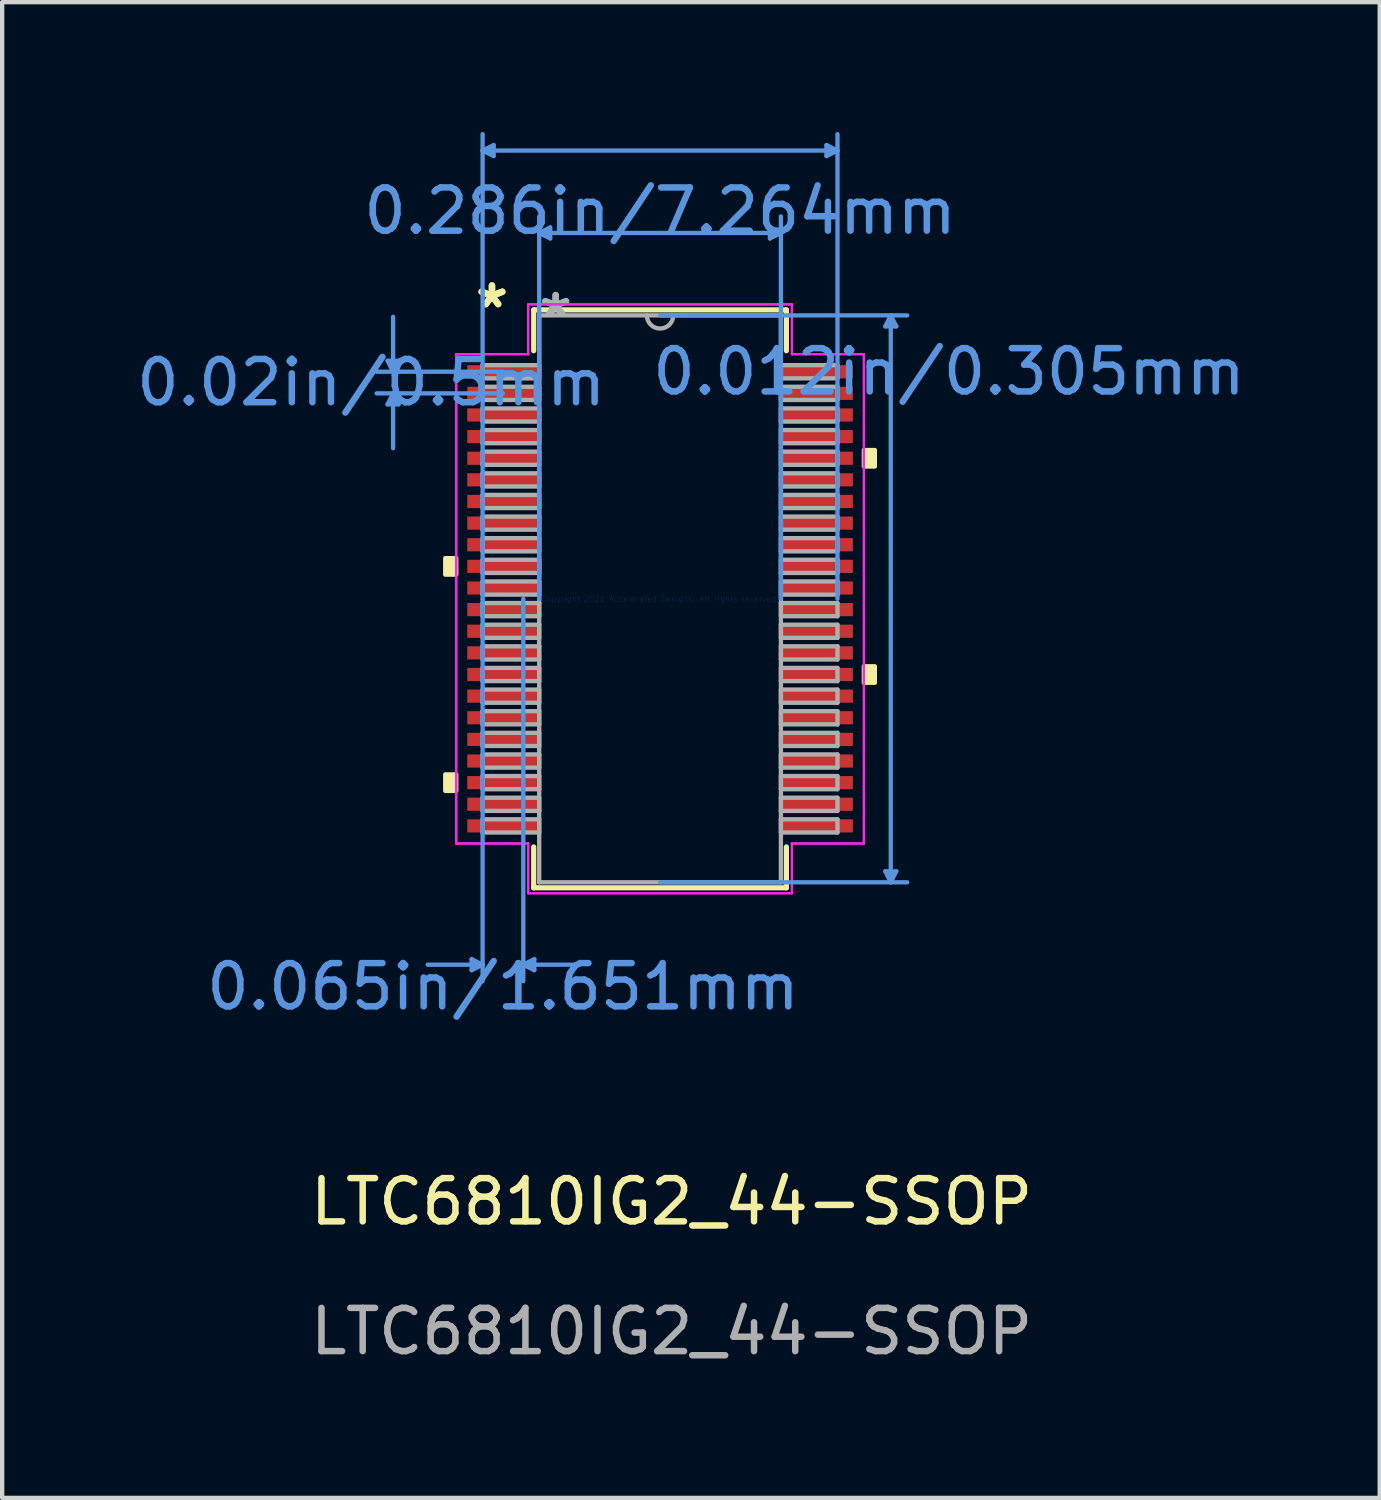
<source format=kicad_pcb>
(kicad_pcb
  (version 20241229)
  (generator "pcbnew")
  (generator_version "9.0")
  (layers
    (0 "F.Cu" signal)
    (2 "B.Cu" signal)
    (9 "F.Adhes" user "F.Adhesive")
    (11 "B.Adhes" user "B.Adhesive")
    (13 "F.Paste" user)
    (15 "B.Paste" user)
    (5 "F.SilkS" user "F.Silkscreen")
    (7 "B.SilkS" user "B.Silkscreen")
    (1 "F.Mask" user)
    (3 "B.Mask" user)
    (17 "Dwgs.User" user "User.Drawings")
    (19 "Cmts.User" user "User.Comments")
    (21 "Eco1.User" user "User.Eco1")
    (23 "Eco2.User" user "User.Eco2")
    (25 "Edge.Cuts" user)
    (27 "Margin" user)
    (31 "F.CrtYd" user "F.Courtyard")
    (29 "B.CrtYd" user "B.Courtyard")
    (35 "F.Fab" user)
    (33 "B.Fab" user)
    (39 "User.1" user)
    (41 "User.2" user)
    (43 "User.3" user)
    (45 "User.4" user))
  (footprint "LTC6810IG2_44-SSOP"
    (layer "F.Cu")
    (at 12.518 10.392)
    (property "Reference" "LTC6810IG2_44-SSOP" (at -0.04 14.34 0) (unlocked yes) (layer "F.SilkS") (effects (font (size 1 1) (thickness 0.15))))
    (attr smd)
    (fp_line (start -3.229 -6.278) (end -3.229 -5.333) (stroke (width 0.12) (type solid)) (layer "F.SilkS"))
    (fp_line (start -3.229 6.138) (end -3.229 7.083) (stroke (width 0.12) (type solid)) (layer "F.SilkS"))
    (fp_line (start -3.229 7.083) (end 2.613 7.083) (stroke (width 0.12) (type solid)) (layer "F.SilkS"))
    (fp_line (start 2.613 -6.278) (end -3.229 -6.278) (stroke (width 0.12) (type solid)) (layer "F.SilkS"))
    (fp_line (start 2.613 -5.333) (end 2.613 -6.278) (stroke (width 0.12) (type solid)) (layer "F.SilkS"))
    (fp_line (start 2.613 7.083) (end 2.613 6.138) (stroke (width 0.12) (type solid)) (layer "F.SilkS"))
    (fp_poly (pts (xy -5.274 -0.538) (xy -5.274 -0.157) (xy -5.02 -0.157) (xy -5.02 -0.538)) (stroke (width 0.1) (type solid)) (fill yes) (layer "F.SilkS"))
    (fp_poly (pts (xy -5.274 4.462) (xy -5.274 4.843) (xy -5.02 4.843) (xy -5.02 4.462)) (stroke (width 0.1) (type solid)) (fill yes) (layer "F.SilkS"))
    (fp_poly (pts (xy 4.658 -3.038) (xy 4.658 -2.657) (xy 4.404 -2.657) (xy 4.404 -3.038)) (stroke (width 0.1) (type solid)) (fill yes) (layer "F.SilkS"))
    (fp_poly (pts (xy 4.658 1.962) (xy 4.658 2.343) (xy 4.404 2.343) (xy 4.404 1.962)) (stroke (width 0.1) (type solid)) (fill yes) (layer "F.SilkS"))
    (fp_line (start -6.607 -5.102) (end -6.353 -5.102) (stroke (width 0.1) (type solid)) (layer "Cmts.User"))
    (fp_line (start -6.607 -4.094) (end -6.353 -4.094) (stroke (width 0.1) (type solid)) (layer "Cmts.User"))
    (fp_line (start -6.48 -4.848) (end -6.607 -5.102) (stroke (width 0.1) (type solid)) (layer "Cmts.User"))
    (fp_line (start -6.48 -4.848) (end -6.48 -6.118) (stroke (width 0.1) (type solid)) (layer "Cmts.User"))
    (fp_line (start -6.48 -4.848) (end -6.353 -5.102) (stroke (width 0.1) (type solid)) (layer "Cmts.User"))
    (fp_line (start -6.48 -4.348) (end -6.607 -4.094) (stroke (width 0.1) (type solid)) (layer "Cmts.User"))
    (fp_line (start -6.48 -4.348) (end -6.48 -3.078) (stroke (width 0.1) (type solid)) (layer "Cmts.User"))
    (fp_line (start -6.48 -4.348) (end -6.353 -4.094) (stroke (width 0.1) (type solid)) (layer "Cmts.User"))
    (fp_line (start -4.664 8.734) (end -4.664 8.988) (stroke (width 0.1) (type solid)) (layer "Cmts.User"))
    (fp_line (start -4.41 -9.961) (end -4.156 -10.088) (stroke (width 0.1) (type solid)) (layer "Cmts.User"))
    (fp_line (start -4.41 -9.961) (end -4.156 -9.834) (stroke (width 0.1) (type solid)) (layer "Cmts.User"))
    (fp_line (start -4.41 -9.961) (end 3.794 -9.961) (stroke (width 0.1) (type solid)) (layer "Cmts.User"))
    (fp_line (start -4.41 0.402) (end -4.41 -10.342) (stroke (width 0.1) (type solid)) (layer "Cmts.User"))
    (fp_line (start -4.41 0.402) (end -4.41 9.242) (stroke (width 0.1) (type solid)) (layer "Cmts.User"))
    (fp_line (start -4.41 8.861) (end -5.68 8.861) (stroke (width 0.1) (type solid)) (layer "Cmts.User"))
    (fp_line (start -4.41 8.861) (end -4.664 8.734) (stroke (width 0.1) (type solid)) (layer "Cmts.User"))
    (fp_line (start -4.41 8.861) (end -4.664 8.988) (stroke (width 0.1) (type solid)) (layer "Cmts.User"))
    (fp_line (start -4.156 -10.088) (end -4.156 -9.834) (stroke (width 0.1) (type solid)) (layer "Cmts.User"))
    (fp_line (start -3.94 -4.848) (end -6.861 -4.848) (stroke (width 0.1) (type solid)) (layer "Cmts.User"))
    (fp_line (start -3.94 -4.348) (end -6.861 -4.348) (stroke (width 0.1) (type solid)) (layer "Cmts.User"))
    (fp_line (start -3.47 0.402) (end -3.47 9.242) (stroke (width 0.1) (type solid)) (layer "Cmts.User"))
    (fp_line (start -3.47 8.861) (end -3.216 8.734) (stroke (width 0.1) (type solid)) (layer "Cmts.User"))
    (fp_line (start -3.47 8.861) (end -3.216 8.988) (stroke (width 0.1) (type solid)) (layer "Cmts.User"))
    (fp_line (start -3.47 8.861) (end -2.2 8.861) (stroke (width 0.1) (type solid)) (layer "Cmts.User"))
    (fp_line (start -3.216 8.734) (end -3.216 8.988) (stroke (width 0.1) (type solid)) (layer "Cmts.User"))
    (fp_line (start -3.102 -8.056) (end -2.848 -8.183) (stroke (width 0.1) (type solid)) (layer "Cmts.User"))
    (fp_line (start -3.102 -8.056) (end -2.848 -7.929) (stroke (width 0.1) (type solid)) (layer "Cmts.User"))
    (fp_line (start -3.102 -8.056) (end 2.486 -8.056) (stroke (width 0.1) (type solid)) (layer "Cmts.User"))
    (fp_line (start -3.102 0.402) (end -3.102 -8.437) (stroke (width 0.1) (type solid)) (layer "Cmts.User"))
    (fp_line (start -2.848 -8.183) (end -2.848 -7.929) (stroke (width 0.1) (type solid)) (layer "Cmts.User"))
    (fp_line (start -0.308 -6.151) (end 5.407 -6.151) (stroke (width 0.1) (type solid)) (layer "Cmts.User"))
    (fp_line (start -0.308 6.956) (end 5.407 6.956) (stroke (width 0.1) (type solid)) (layer "Cmts.User"))
    (fp_line (start 2.232 -8.183) (end 2.232 -7.929) (stroke (width 0.1) (type solid)) (layer "Cmts.User"))
    (fp_line (start 2.486 -8.056) (end 2.232 -8.183) (stroke (width 0.1) (type solid)) (layer "Cmts.User"))
    (fp_line (start 2.486 -8.056) (end 2.232 -7.929) (stroke (width 0.1) (type solid)) (layer "Cmts.User"))
    (fp_line (start 2.486 0.402) (end 2.486 -8.437) (stroke (width 0.1) (type solid)) (layer "Cmts.User"))
    (fp_line (start 3.54 -10.088) (end 3.54 -9.834) (stroke (width 0.1) (type solid)) (layer "Cmts.User"))
    (fp_line (start 3.794 -9.961) (end 3.54 -10.088) (stroke (width 0.1) (type solid)) (layer "Cmts.User"))
    (fp_line (start 3.794 -9.961) (end 3.54 -9.834) (stroke (width 0.1) (type solid)) (layer "Cmts.User"))
    (fp_line (start 3.794 0.402) (end 3.794 -10.342) (stroke (width 0.1) (type solid)) (layer "Cmts.User"))
    (fp_line (start 4.899 -5.897) (end 5.153 -5.897) (stroke (width 0.1) (type solid)) (layer "Cmts.User"))
    (fp_line (start 4.899 6.702) (end 5.153 6.702) (stroke (width 0.1) (type solid)) (layer "Cmts.User"))
    (fp_line (start 5.026 -6.151) (end 4.899 -5.897) (stroke (width 0.1) (type solid)) (layer "Cmts.User"))
    (fp_line (start 5.026 -6.151) (end 5.026 6.956) (stroke (width 0.1) (type solid)) (layer "Cmts.User"))
    (fp_line (start 5.026 -6.151) (end 5.153 -5.897) (stroke (width 0.1) (type solid)) (layer "Cmts.User"))
    (fp_line (start 5.026 6.956) (end 4.899 6.702) (stroke (width 0.1) (type solid)) (layer "Cmts.User"))
    (fp_line (start 5.026 6.956) (end 5.153 6.702) (stroke (width 0.1) (type solid)) (layer "Cmts.User"))
    (fp_line (start -5.02 -5.254) (end -3.356 -5.254) (stroke (width 0.05) (type solid)) (layer "F.CrtYd"))
    (fp_line (start -5.02 -5.254) (end -3.356 -5.254) (stroke (width 0.05) (type solid)) (layer "F.CrtYd"))
    (fp_line (start -5.02 6.059) (end -5.02 -5.254) (stroke (width 0.05) (type solid)) (layer "F.CrtYd"))
    (fp_line (start -5.02 6.059) (end -5.02 -5.254) (stroke (width 0.05) (type solid)) (layer "F.CrtYd"))
    (fp_line (start -5.02 6.059) (end -3.356 6.059) (stroke (width 0.05) (type solid)) (layer "F.CrtYd"))
    (fp_line (start -3.356 -6.405) (end 2.74 -6.405) (stroke (width 0.05) (type solid)) (layer "F.CrtYd"))
    (fp_line (start -3.356 -6.405) (end 2.74 -6.405) (stroke (width 0.05) (type solid)) (layer "F.CrtYd"))
    (fp_line (start -3.356 -5.254) (end -3.356 -6.405) (stroke (width 0.05) (type solid)) (layer "F.CrtYd"))
    (fp_line (start -3.356 -5.254) (end -3.356 -6.405) (stroke (width 0.05) (type solid)) (layer "F.CrtYd"))
    (fp_line (start -3.356 6.059) (end -5.02 6.059) (stroke (width 0.05) (type solid)) (layer "F.CrtYd"))
    (fp_line (start -3.356 7.21) (end -3.356 6.059) (stroke (width 0.05) (type solid)) (layer "F.CrtYd"))
    (fp_line (start -3.356 7.21) (end -3.356 6.059) (stroke (width 0.05) (type solid)) (layer "F.CrtYd"))
    (fp_line (start 2.74 -6.405) (end 2.74 -5.254) (stroke (width 0.05) (type solid)) (layer "F.CrtYd"))
    (fp_line (start 2.74 -6.405) (end 2.74 -5.254) (stroke (width 0.05) (type solid)) (layer "F.CrtYd"))
    (fp_line (start 2.74 -5.254) (end 4.404 -5.254) (stroke (width 0.05) (type solid)) (layer "F.CrtYd"))
    (fp_line (start 2.74 6.059) (end 2.74 7.21) (stroke (width 0.05) (type solid)) (layer "F.CrtYd"))
    (fp_line (start 2.74 6.059) (end 2.74 7.21) (stroke (width 0.05) (type solid)) (layer "F.CrtYd"))
    (fp_line (start 2.74 7.21) (end -3.356 7.21) (stroke (width 0.05) (type solid)) (layer "F.CrtYd"))
    (fp_line (start 2.74 7.21) (end -3.356 7.21) (stroke (width 0.05) (type solid)) (layer "F.CrtYd"))
    (fp_line (start 4.404 -5.254) (end 2.74 -5.254) (stroke (width 0.05) (type solid)) (layer "F.CrtYd"))
    (fp_line (start 4.404 -5.254) (end 4.404 6.059) (stroke (width 0.05) (type solid)) (layer "F.CrtYd"))
    (fp_line (start 4.404 -5.254) (end 4.404 6.059) (stroke (width 0.05) (type solid)) (layer "F.CrtYd"))
    (fp_line (start 4.404 6.059) (end 2.74 6.059) (stroke (width 0.05) (type solid)) (layer "F.CrtYd"))
    (fp_line (start 4.404 6.059) (end 2.74 6.059) (stroke (width 0.05) (type solid)) (layer "F.CrtYd"))
    (fp_line (start -4.41 -5) (end -4.41 -4.695) (stroke (width 0.1) (type solid)) (layer "F.Fab"))
    (fp_line (start -4.41 -4.695) (end -3.102 -4.695) (stroke (width 0.1) (type solid)) (layer "F.Fab"))
    (fp_line (start -4.41 -4.5) (end -4.41 -4.195) (stroke (width 0.1) (type solid)) (layer "F.Fab"))
    (fp_line (start -4.41 -4.195) (end -3.102 -4.195) (stroke (width 0.1) (type solid)) (layer "F.Fab"))
    (fp_line (start -4.41 -4) (end -4.41 -3.695) (stroke (width 0.1) (type solid)) (layer "F.Fab"))
    (fp_line (start -4.41 -3.695) (end -3.102 -3.695) (stroke (width 0.1) (type solid)) (layer "F.Fab"))
    (fp_line (start -4.41 -3.5) (end -4.41 -3.195) (stroke (width 0.1) (type solid)) (layer "F.Fab"))
    (fp_line (start -4.41 -3.195) (end -3.102 -3.195) (stroke (width 0.1) (type solid)) (layer "F.Fab"))
    (fp_line (start -4.41 -3) (end -4.41 -2.695) (stroke (width 0.1) (type solid)) (layer "F.Fab"))
    (fp_line (start -4.41 -2.695) (end -3.102 -2.695) (stroke (width 0.1) (type solid)) (layer "F.Fab"))
    (fp_line (start -4.41 -2.5) (end -4.41 -2.195) (stroke (width 0.1) (type solid)) (layer "F.Fab"))
    (fp_line (start -4.41 -2.195) (end -3.102 -2.195) (stroke (width 0.1) (type solid)) (layer "F.Fab"))
    (fp_line (start -4.41 -2) (end -4.41 -1.695) (stroke (width 0.1) (type solid)) (layer "F.Fab"))
    (fp_line (start -4.41 -1.695) (end -3.102 -1.695) (stroke (width 0.1) (type solid)) (layer "F.Fab"))
    (fp_line (start -4.41 -1.5) (end -4.41 -1.195) (stroke (width 0.1) (type solid)) (layer "F.Fab"))
    (fp_line (start -4.41 -1.195) (end -3.102 -1.195) (stroke (width 0.1) (type solid)) (layer "F.Fab"))
    (fp_line (start -4.41 -1) (end -4.41 -0.695) (stroke (width 0.1) (type solid)) (layer "F.Fab"))
    (fp_line (start -4.41 -0.695) (end -3.102 -0.695) (stroke (width 0.1) (type solid)) (layer "F.Fab"))
    (fp_line (start -4.41 -0.5) (end -4.41 -0.195) (stroke (width 0.1) (type solid)) (layer "F.Fab"))
    (fp_line (start -4.41 -0.195) (end -3.102 -0.195) (stroke (width 0.1) (type solid)) (layer "F.Fab"))
    (fp_line (start -4.41 0) (end -4.41 0.305) (stroke (width 0.1) (type solid)) (layer "F.Fab"))
    (fp_line (start -4.41 0.305) (end -3.102 0.305) (stroke (width 0.1) (type solid)) (layer "F.Fab"))
    (fp_line (start -4.41 0.5) (end -4.41 0.805) (stroke (width 0.1) (type solid)) (layer "F.Fab"))
    (fp_line (start -4.41 0.805) (end -3.102 0.805) (stroke (width 0.1) (type solid)) (layer "F.Fab"))
    (fp_line (start -4.41 1) (end -4.41 1.305) (stroke (width 0.1) (type solid)) (layer "F.Fab"))
    (fp_line (start -4.41 1.305) (end -3.102 1.305) (stroke (width 0.1) (type solid)) (layer "F.Fab"))
    (fp_line (start -4.41 1.5) (end -4.41 1.805) (stroke (width 0.1) (type solid)) (layer "F.Fab"))
    (fp_line (start -4.41 1.805) (end -3.102 1.805) (stroke (width 0.1) (type solid)) (layer "F.Fab"))
    (fp_line (start -4.41 2) (end -4.41 2.305) (stroke (width 0.1) (type solid)) (layer "F.Fab"))
    (fp_line (start -4.41 2.305) (end -3.102 2.305) (stroke (width 0.1) (type solid)) (layer "F.Fab"))
    (fp_line (start -4.41 2.5) (end -4.41 2.805) (stroke (width 0.1) (type solid)) (layer "F.Fab"))
    (fp_line (start -4.41 2.805) (end -3.102 2.805) (stroke (width 0.1) (type solid)) (layer "F.Fab"))
    (fp_line (start -4.41 3) (end -4.41 3.305) (stroke (width 0.1) (type solid)) (layer "F.Fab"))
    (fp_line (start -4.41 3.305) (end -3.102 3.305) (stroke (width 0.1) (type solid)) (layer "F.Fab"))
    (fp_line (start -4.41 3.5) (end -4.41 3.805) (stroke (width 0.1) (type solid)) (layer "F.Fab"))
    (fp_line (start -4.41 3.805) (end -3.102 3.805) (stroke (width 0.1) (type solid)) (layer "F.Fab"))
    (fp_line (start -4.41 4) (end -4.41 4.305) (stroke (width 0.1) (type solid)) (layer "F.Fab"))
    (fp_line (start -4.41 4.305) (end -3.102 4.305) (stroke (width 0.1) (type solid)) (layer "F.Fab"))
    (fp_line (start -4.41 4.5) (end -4.41 4.805) (stroke (width 0.1) (type solid)) (layer "F.Fab"))
    (fp_line (start -4.41 4.805) (end -3.102 4.805) (stroke (width 0.1) (type solid)) (layer "F.Fab"))
    (fp_line (start -4.41 5) (end -4.41 5.305) (stroke (width 0.1) (type solid)) (layer "F.Fab"))
    (fp_line (start -4.41 5.305) (end -3.102 5.305) (stroke (width 0.1) (type solid)) (layer "F.Fab"))
    (fp_line (start -4.41 5.5) (end -4.41 5.805) (stroke (width 0.1) (type solid)) (layer "F.Fab"))
    (fp_line (start -4.41 5.805) (end -3.102 5.805) (stroke (width 0.1) (type solid)) (layer "F.Fab"))
    (fp_line (start -3.102 -6.151) (end -3.102 6.956) (stroke (width 0.1) (type solid)) (layer "F.Fab"))
    (fp_line (start -3.102 -5) (end -4.41 -5) (stroke (width 0.1) (type solid)) (layer "F.Fab"))
    (fp_line (start -3.102 -4.695) (end -3.102 -5) (stroke (width 0.1) (type solid)) (layer "F.Fab"))
    (fp_line (start -3.102 -4.5) (end -4.41 -4.5) (stroke (width 0.1) (type solid)) (layer "F.Fab"))
    (fp_line (start -3.102 -4.195) (end -3.102 -4.5) (stroke (width 0.1) (type solid)) (layer "F.Fab"))
    (fp_line (start -3.102 -4) (end -4.41 -4) (stroke (width 0.1) (type solid)) (layer "F.Fab"))
    (fp_line (start -3.102 -3.695) (end -3.102 -4) (stroke (width 0.1) (type solid)) (layer "F.Fab"))
    (fp_line (start -3.102 -3.5) (end -4.41 -3.5) (stroke (width 0.1) (type solid)) (layer "F.Fab"))
    (fp_line (start -3.102 -3.195) (end -3.102 -3.5) (stroke (width 0.1) (type solid)) (layer "F.Fab"))
    (fp_line (start -3.102 -3) (end -4.41 -3) (stroke (width 0.1) (type solid)) (layer "F.Fab"))
    (fp_line (start -3.102 -2.695) (end -3.102 -3) (stroke (width 0.1) (type solid)) (layer "F.Fab"))
    (fp_line (start -3.102 -2.5) (end -4.41 -2.5) (stroke (width 0.1) (type solid)) (layer "F.Fab"))
    (fp_line (start -3.102 -2.195) (end -3.102 -2.5) (stroke (width 0.1) (type solid)) (layer "F.Fab"))
    (fp_line (start -3.102 -2) (end -4.41 -2) (stroke (width 0.1) (type solid)) (layer "F.Fab"))
    (fp_line (start -3.102 -1.695) (end -3.102 -2) (stroke (width 0.1) (type solid)) (layer "F.Fab"))
    (fp_line (start -3.102 -1.5) (end -4.41 -1.5) (stroke (width 0.1) (type solid)) (layer "F.Fab"))
    (fp_line (start -3.102 -1.195) (end -3.102 -1.5) (stroke (width 0.1) (type solid)) (layer "F.Fab"))
    (fp_line (start -3.102 -1) (end -4.41 -1) (stroke (width 0.1) (type solid)) (layer "F.Fab"))
    (fp_line (start -3.102 -0.695) (end -3.102 -1) (stroke (width 0.1) (type solid)) (layer "F.Fab"))
    (fp_line (start -3.102 -0.5) (end -4.41 -0.5) (stroke (width 0.1) (type solid)) (layer "F.Fab"))
    (fp_line (start -3.102 -0.195) (end -3.102 -0.5) (stroke (width 0.1) (type solid)) (layer "F.Fab"))
    (fp_line (start -3.102 0) (end -4.41 0) (stroke (width 0.1) (type solid)) (layer "F.Fab"))
    (fp_line (start -3.102 0.305) (end -3.102 0) (stroke (width 0.1) (type solid)) (layer "F.Fab"))
    (fp_line (start -3.102 0.5) (end -4.41 0.5) (stroke (width 0.1) (type solid)) (layer "F.Fab"))
    (fp_line (start -3.102 0.805) (end -3.102 0.5) (stroke (width 0.1) (type solid)) (layer "F.Fab"))
    (fp_line (start -3.102 1) (end -4.41 1) (stroke (width 0.1) (type solid)) (layer "F.Fab"))
    (fp_line (start -3.102 1.305) (end -3.102 1) (stroke (width 0.1) (type solid)) (layer "F.Fab"))
    (fp_line (start -3.102 1.5) (end -4.41 1.5) (stroke (width 0.1) (type solid)) (layer "F.Fab"))
    (fp_line (start -3.102 1.805) (end -3.102 1.5) (stroke (width 0.1) (type solid)) (layer "F.Fab"))
    (fp_line (start -3.102 2) (end -4.41 2) (stroke (width 0.1) (type solid)) (layer "F.Fab"))
    (fp_line (start -3.102 2.305) (end -3.102 2) (stroke (width 0.1) (type solid)) (layer "F.Fab"))
    (fp_line (start -3.102 2.5) (end -4.41 2.5) (stroke (width 0.1) (type solid)) (layer "F.Fab"))
    (fp_line (start -3.102 2.805) (end -3.102 2.5) (stroke (width 0.1) (type solid)) (layer "F.Fab"))
    (fp_line (start -3.102 3) (end -4.41 3) (stroke (width 0.1) (type solid)) (layer "F.Fab"))
    (fp_line (start -3.102 3.305) (end -3.102 3) (stroke (width 0.1) (type solid)) (layer "F.Fab"))
    (fp_line (start -3.102 3.5) (end -4.41 3.5) (stroke (width 0.1) (type solid)) (layer "F.Fab"))
    (fp_line (start -3.102 3.805) (end -3.102 3.5) (stroke (width 0.1) (type solid)) (layer "F.Fab"))
    (fp_line (start -3.102 4) (end -4.41 4) (stroke (width 0.1) (type solid)) (layer "F.Fab"))
    (fp_line (start -3.102 4.305) (end -3.102 4) (stroke (width 0.1) (type solid)) (layer "F.Fab"))
    (fp_line (start -3.102 4.5) (end -4.41 4.5) (stroke (width 0.1) (type solid)) (layer "F.Fab"))
    (fp_line (start -3.102 4.805) (end -3.102 4.5) (stroke (width 0.1) (type solid)) (layer "F.Fab"))
    (fp_line (start -3.102 5) (end -4.41 5) (stroke (width 0.1) (type solid)) (layer "F.Fab"))
    (fp_line (start -3.102 5.305) (end -3.102 5) (stroke (width 0.1) (type solid)) (layer "F.Fab"))
    (fp_line (start -3.102 5.5) (end -4.41 5.5) (stroke (width 0.1) (type solid)) (layer "F.Fab"))
    (fp_line (start -3.102 5.805) (end -3.102 5.5) (stroke (width 0.1) (type solid)) (layer "F.Fab"))
    (fp_line (start -3.102 6.956) (end 2.486 6.956) (stroke (width 0.1) (type solid)) (layer "F.Fab"))
    (fp_line (start 2.486 -6.151) (end -3.102 -6.151) (stroke (width 0.1) (type solid)) (layer "F.Fab"))
    (fp_line (start 2.486 -5) (end 2.486 -4.695) (stroke (width 0.1) (type solid)) (layer "F.Fab"))
    (fp_line (start 2.486 -4.695) (end 3.794 -4.695) (stroke (width 0.1) (type solid)) (layer "F.Fab"))
    (fp_line (start 2.486 -4.5) (end 2.486 -4.195) (stroke (width 0.1) (type solid)) (layer "F.Fab"))
    (fp_line (start 2.486 -4.195) (end 3.794 -4.195) (stroke (width 0.1) (type solid)) (layer "F.Fab"))
    (fp_line (start 2.486 -4) (end 2.486 -3.695) (stroke (width 0.1) (type solid)) (layer "F.Fab"))
    (fp_line (start 2.486 -3.695) (end 3.794 -3.695) (stroke (width 0.1) (type solid)) (layer "F.Fab"))
    (fp_line (start 2.486 -3.5) (end 2.486 -3.195) (stroke (width 0.1) (type solid)) (layer "F.Fab"))
    (fp_line (start 2.486 -3.195) (end 3.794 -3.195) (stroke (width 0.1) (type solid)) (layer "F.Fab"))
    (fp_line (start 2.486 -3) (end 2.486 -2.695) (stroke (width 0.1) (type solid)) (layer "F.Fab"))
    (fp_line (start 2.486 -2.695) (end 3.794 -2.695) (stroke (width 0.1) (type solid)) (layer "F.Fab"))
    (fp_line (start 2.486 -2.5) (end 2.486 -2.195) (stroke (width 0.1) (type solid)) (layer "F.Fab"))
    (fp_line (start 2.486 -2.195) (end 3.794 -2.195) (stroke (width 0.1) (type solid)) (layer "F.Fab"))
    (fp_line (start 2.486 -2) (end 2.486 -1.695) (stroke (width 0.1) (type solid)) (layer "F.Fab"))
    (fp_line (start 2.486 -1.695) (end 3.794 -1.695) (stroke (width 0.1) (type solid)) (layer "F.Fab"))
    (fp_line (start 2.486 -1.5) (end 2.486 -1.195) (stroke (width 0.1) (type solid)) (layer "F.Fab"))
    (fp_line (start 2.486 -1.195) (end 3.794 -1.195) (stroke (width 0.1) (type solid)) (layer "F.Fab"))
    (fp_line (start 2.486 -1) (end 2.486 -0.695) (stroke (width 0.1) (type solid)) (layer "F.Fab"))
    (fp_line (start 2.486 -0.695) (end 3.794 -0.695) (stroke (width 0.1) (type solid)) (layer "F.Fab"))
    (fp_line (start 2.486 -0.5) (end 2.486 -0.195) (stroke (width 0.1) (type solid)) (layer "F.Fab"))
    (fp_line (start 2.486 -0.195) (end 3.794 -0.195) (stroke (width 0.1) (type solid)) (layer "F.Fab"))
    (fp_line (start 2.486 0) (end 2.486 0.305) (stroke (width 0.1) (type solid)) (layer "F.Fab"))
    (fp_line (start 2.486 0.305) (end 3.794 0.305) (stroke (width 0.1) (type solid)) (layer "F.Fab"))
    (fp_line (start 2.486 0.5) (end 2.486 0.805) (stroke (width 0.1) (type solid)) (layer "F.Fab"))
    (fp_line (start 2.486 0.805) (end 3.794 0.805) (stroke (width 0.1) (type solid)) (layer "F.Fab"))
    (fp_line (start 2.486 1) (end 2.486 1.305) (stroke (width 0.1) (type solid)) (layer "F.Fab"))
    (fp_line (start 2.486 1.305) (end 3.794 1.305) (stroke (width 0.1) (type solid)) (layer "F.Fab"))
    (fp_line (start 2.486 1.5) (end 2.486 1.805) (stroke (width 0.1) (type solid)) (layer "F.Fab"))
    (fp_line (start 2.486 1.805) (end 3.794 1.805) (stroke (width 0.1) (type solid)) (layer "F.Fab"))
    (fp_line (start 2.486 2) (end 2.486 2.305) (stroke (width 0.1) (type solid)) (layer "F.Fab"))
    (fp_line (start 2.486 2.305) (end 3.794 2.305) (stroke (width 0.1) (type solid)) (layer "F.Fab"))
    (fp_line (start 2.486 2.5) (end 2.486 2.805) (stroke (width 0.1) (type solid)) (layer "F.Fab"))
    (fp_line (start 2.486 2.805) (end 3.794 2.805) (stroke (width 0.1) (type solid)) (layer "F.Fab"))
    (fp_line (start 2.486 3) (end 2.486 3.305) (stroke (width 0.1) (type solid)) (layer "F.Fab"))
    (fp_line (start 2.486 3.305) (end 3.794 3.305) (stroke (width 0.1) (type solid)) (layer "F.Fab"))
    (fp_line (start 2.486 3.5) (end 2.486 3.805) (stroke (width 0.1) (type solid)) (layer "F.Fab"))
    (fp_line (start 2.486 3.805) (end 3.794 3.805) (stroke (width 0.1) (type solid)) (layer "F.Fab"))
    (fp_line (start 2.486 4) (end 2.486 4.305) (stroke (width 0.1) (type solid)) (layer "F.Fab"))
    (fp_line (start 2.486 4.305) (end 3.794 4.305) (stroke (width 0.1) (type solid)) (layer "F.Fab"))
    (fp_line (start 2.486 4.5) (end 2.486 4.805) (stroke (width 0.1) (type solid)) (layer "F.Fab"))
    (fp_line (start 2.486 4.805) (end 3.794 4.805) (stroke (width 0.1) (type solid)) (layer "F.Fab"))
    (fp_line (start 2.486 5) (end 2.486 5.305) (stroke (width 0.1) (type solid)) (layer "F.Fab"))
    (fp_line (start 2.486 5.305) (end 3.794 5.305) (stroke (width 0.1) (type solid)) (layer "F.Fab"))
    (fp_line (start 2.486 5.5) (end 2.486 5.805) (stroke (width 0.1) (type solid)) (layer "F.Fab"))
    (fp_line (start 2.486 5.805) (end 3.794 5.805) (stroke (width 0.1) (type solid)) (layer "F.Fab"))
    (fp_line (start 2.486 6.956) (end 2.486 -6.151) (stroke (width 0.1) (type solid)) (layer "F.Fab"))
    (fp_line (start 3.794 -5) (end 2.486 -5) (stroke (width 0.1) (type solid)) (layer "F.Fab"))
    (fp_line (start 3.794 -4.695) (end 3.794 -5) (stroke (width 0.1) (type solid)) (layer "F.Fab"))
    (fp_line (start 3.794 -4.5) (end 2.486 -4.5) (stroke (width 0.1) (type solid)) (layer "F.Fab"))
    (fp_line (start 3.794 -4.195) (end 3.794 -4.5) (stroke (width 0.1) (type solid)) (layer "F.Fab"))
    (fp_line (start 3.794 -4) (end 2.486 -4) (stroke (width 0.1) (type solid)) (layer "F.Fab"))
    (fp_line (start 3.794 -3.695) (end 3.794 -4) (stroke (width 0.1) (type solid)) (layer "F.Fab"))
    (fp_line (start 3.794 -3.5) (end 2.486 -3.5) (stroke (width 0.1) (type solid)) (layer "F.Fab"))
    (fp_line (start 3.794 -3.195) (end 3.794 -3.5) (stroke (width 0.1) (type solid)) (layer "F.Fab"))
    (fp_line (start 3.794 -3) (end 2.486 -3) (stroke (width 0.1) (type solid)) (layer "F.Fab"))
    (fp_line (start 3.794 -2.695) (end 3.794 -3) (stroke (width 0.1) (type solid)) (layer "F.Fab"))
    (fp_line (start 3.794 -2.5) (end 2.486 -2.5) (stroke (width 0.1) (type solid)) (layer "F.Fab"))
    (fp_line (start 3.794 -2.195) (end 3.794 -2.5) (stroke (width 0.1) (type solid)) (layer "F.Fab"))
    (fp_line (start 3.794 -2) (end 2.486 -2) (stroke (width 0.1) (type solid)) (layer "F.Fab"))
    (fp_line (start 3.794 -1.695) (end 3.794 -2) (stroke (width 0.1) (type solid)) (layer "F.Fab"))
    (fp_line (start 3.794 -1.5) (end 2.486 -1.5) (stroke (width 0.1) (type solid)) (layer "F.Fab"))
    (fp_line (start 3.794 -1.195) (end 3.794 -1.5) (stroke (width 0.1) (type solid)) (layer "F.Fab"))
    (fp_line (start 3.794 -1) (end 2.486 -1) (stroke (width 0.1) (type solid)) (layer "F.Fab"))
    (fp_line (start 3.794 -0.695) (end 3.794 -1) (stroke (width 0.1) (type solid)) (layer "F.Fab"))
    (fp_line (start 3.794 -0.5) (end 2.486 -0.5) (stroke (width 0.1) (type solid)) (layer "F.Fab"))
    (fp_line (start 3.794 -0.195) (end 3.794 -0.5) (stroke (width 0.1) (type solid)) (layer "F.Fab"))
    (fp_line (start 3.794 0) (end 2.486 0) (stroke (width 0.1) (type solid)) (layer "F.Fab"))
    (fp_line (start 3.794 0.305) (end 3.794 0) (stroke (width 0.1) (type solid)) (layer "F.Fab"))
    (fp_line (start 3.794 0.5) (end 2.486 0.5) (stroke (width 0.1) (type solid)) (layer "F.Fab"))
    (fp_line (start 3.794 0.805) (end 3.794 0.5) (stroke (width 0.1) (type solid)) (layer "F.Fab"))
    (fp_line (start 3.794 1) (end 2.486 1) (stroke (width 0.1) (type solid)) (layer "F.Fab"))
    (fp_line (start 3.794 1.305) (end 3.794 1) (stroke (width 0.1) (type solid)) (layer "F.Fab"))
    (fp_line (start 3.794 1.5) (end 2.486 1.5) (stroke (width 0.1) (type solid)) (layer "F.Fab"))
    (fp_line (start 3.794 1.805) (end 3.794 1.5) (stroke (width 0.1) (type solid)) (layer "F.Fab"))
    (fp_line (start 3.794 2) (end 2.486 2) (stroke (width 0.1) (type solid)) (layer "F.Fab"))
    (fp_line (start 3.794 2.305) (end 3.794 2) (stroke (width 0.1) (type solid)) (layer "F.Fab"))
    (fp_line (start 3.794 2.5) (end 2.486 2.5) (stroke (width 0.1) (type solid)) (layer "F.Fab"))
    (fp_line (start 3.794 2.805) (end 3.794 2.5) (stroke (width 0.1) (type solid)) (layer "F.Fab"))
    (fp_line (start 3.794 3) (end 2.486 3) (stroke (width 0.1) (type solid)) (layer "F.Fab"))
    (fp_line (start 3.794 3.305) (end 3.794 3) (stroke (width 0.1) (type solid)) (layer "F.Fab"))
    (fp_line (start 3.794 3.5) (end 2.486 3.5) (stroke (width 0.1) (type solid)) (layer "F.Fab"))
    (fp_line (start 3.794 3.805) (end 3.794 3.5) (stroke (width 0.1) (type solid)) (layer "F.Fab"))
    (fp_line (start 3.794 4) (end 2.486 4) (stroke (width 0.1) (type solid)) (layer "F.Fab"))
    (fp_line (start 3.794 4.305) (end 3.794 4) (stroke (width 0.1) (type solid)) (layer "F.Fab"))
    (fp_line (start 3.794 4.5) (end 2.486 4.5) (stroke (width 0.1) (type solid)) (layer "F.Fab"))
    (fp_line (start 3.794 4.805) (end 3.794 4.5) (stroke (width 0.1) (type solid)) (layer "F.Fab"))
    (fp_line (start 3.794 5) (end 2.486 5) (stroke (width 0.1) (type solid)) (layer "F.Fab"))
    (fp_line (start 3.794 5.305) (end 3.794 5) (stroke (width 0.1) (type solid)) (layer "F.Fab"))
    (fp_line (start 3.794 5.5) (end 2.486 5.5) (stroke (width 0.1) (type solid)) (layer "F.Fab"))
    (fp_line (start 3.794 5.805) (end 3.794 5.5) (stroke (width 0.1) (type solid)) (layer "F.Fab"))
    (fp_arc (start -0.0031 -6.1508) (mid -0.3079 -5.846) (end -0.6127 -6.1508) (stroke (width 0.1) (type solid)) (layer "F.Fab"))
    (fp_text user "*" (at -4.194 -6.295 0) (layer "F.SilkS") (effects (font (size 1 1) (thickness 0.15))))
    (fp_text user "*" (at -4.194 -6.295 0) (layer "F.SilkS") (effects (font (size 1 1) (thickness 0.15))))
    (fp_text user "0.286in/7.264mm" (at -0.308 -8.564 0) (layer "Cmts.User") (effects (font (size 1 1) (thickness 0.15))))
    (fp_text user "0.02in/0.5mm" (at -6.988 -4.598 0) (layer "Cmts.User") (effects (font (size 1 1) (thickness 0.15))))
    (fp_text user "Copyright 2021 Accelerated Designs. All rights reserved." (at -0.308 0.402 0) (layer "Cmts.User") (effects (font (size 0.127 0.127) (thickness 0.002))))
    (fp_text user "0.012in/0.305mm" (at 6.372 -4.848 0) (layer "Cmts.User") (effects (font (size 1 1) (thickness 0.15))))
    (fp_text user "0.065in/1.651mm" (at -3.94 9.369 0) (layer "Cmts.User") (effects (font (size 1 1) (thickness 0.15))))
    (fp_text user "*" (at -2.721 -6.075 0) (layer "F.Fab") (effects (font (size 1 1) (thickness 0.15))))
    (fp_text user "${REFERENCE}" (at -0.04 17.34 0) (unlocked yes) (layer "F.Fab") (effects (font (size 1 1) (thickness 0.15))))
    (fp_text user "*" (at -2.721 -6.075 0) (layer "F.Fab") (effects (font (size 1 1) (thickness 0.15))))
    (pad "1" smd rect (at -3.94 -4.848) (size 1.651 0.305) (layers "F.Cu" "F.Mask" "F.Paste"))
    (pad "2" smd rect (at -3.94 -4.348) (size 1.651 0.305) (layers "F.Cu" "F.Mask" "F.Paste"))
    (pad "3" smd rect (at -3.94 -3.848) (size 1.651 0.305) (layers "F.Cu" "F.Mask" "F.Paste"))
    (pad "4" smd rect (at -3.94 -3.348) (size 1.651 0.305) (layers "F.Cu" "F.Mask" "F.Paste"))
    (pad "5" smd rect (at -3.94 -2.848) (size 1.651 0.305) (layers "F.Cu" "F.Mask" "F.Paste"))
    (pad "6" smd rect (at -3.94 -2.348) (size 1.651 0.305) (layers "F.Cu" "F.Mask" "F.Paste"))
    (pad "7" smd rect (at -3.94 -1.848) (size 1.651 0.305) (layers "F.Cu" "F.Mask" "F.Paste"))
    (pad "8" smd rect (at -3.94 -1.348) (size 1.651 0.305) (layers "F.Cu" "F.Mask" "F.Paste"))
    (pad "9" smd rect (at -3.94 -0.848) (size 1.651 0.305) (layers "F.Cu" "F.Mask" "F.Paste"))
    (pad "10" smd rect (at -3.94 -0.348) (size 1.651 0.305) (layers "F.Cu" "F.Mask" "F.Paste"))
    (pad "11" smd rect (at -3.94 0.152) (size 1.651 0.305) (layers "F.Cu" "F.Mask" "F.Paste"))
    (pad "12" smd rect (at -3.94 0.652) (size 1.651 0.305) (layers "F.Cu" "F.Mask" "F.Paste"))
    (pad "13" smd rect (at -3.94 1.152) (size 1.651 0.305) (layers "F.Cu" "F.Mask" "F.Paste"))
    (pad "14" smd rect (at -3.94 1.652) (size 1.651 0.305) (layers "F.Cu" "F.Mask" "F.Paste"))
    (pad "15" smd rect (at -3.94 2.152) (size 1.651 0.305) (layers "F.Cu" "F.Mask" "F.Paste"))
    (pad "16" smd rect (at -3.94 2.652) (size 1.651 0.305) (layers "F.Cu" "F.Mask" "F.Paste"))
    (pad "17" smd rect (at -3.94 3.152) (size 1.651 0.305) (layers "F.Cu" "F.Mask" "F.Paste"))
    (pad "18" smd rect (at -3.94 3.652) (size 1.651 0.305) (layers "F.Cu" "F.Mask" "F.Paste"))
    (pad "19" smd rect (at -3.94 4.152) (size 1.651 0.305) (layers "F.Cu" "F.Mask" "F.Paste"))
    (pad "20" smd rect (at -3.94 4.652) (size 1.651 0.305) (layers "F.Cu" "F.Mask" "F.Paste"))
    (pad "21" smd rect (at -3.94 5.152) (size 1.651 0.305) (layers "F.Cu" "F.Mask" "F.Paste"))
    (pad "22" smd rect (at -3.94 5.652) (size 1.651 0.305) (layers "F.Cu" "F.Mask" "F.Paste"))
    (pad "23" smd rect (at 3.324 5.652) (size 1.651 0.305) (layers "F.Cu" "F.Mask" "F.Paste"))
    (pad "24" smd rect (at 3.324 5.152) (size 1.651 0.305) (layers "F.Cu" "F.Mask" "F.Paste"))
    (pad "25" smd rect (at 3.324 4.652) (size 1.651 0.305) (layers "F.Cu" "F.Mask" "F.Paste"))
    (pad "26" smd rect (at 3.324 4.152) (size 1.651 0.305) (layers "F.Cu" "F.Mask" "F.Paste"))
    (pad "27" smd rect (at 3.324 3.652) (size 1.651 0.305) (layers "F.Cu" "F.Mask" "F.Paste"))
    (pad "28" smd rect (at 3.324 3.152) (size 1.651 0.305) (layers "F.Cu" "F.Mask" "F.Paste"))
    (pad "29" smd rect (at 3.324 2.652) (size 1.651 0.305) (layers "F.Cu" "F.Mask" "F.Paste"))
    (pad "30" smd rect (at 3.324 2.152) (size 1.651 0.305) (layers "F.Cu" "F.Mask" "F.Paste"))
    (pad "31" smd rect (at 3.324 1.652) (size 1.651 0.305) (layers "F.Cu" "F.Mask" "F.Paste"))
    (pad "32" smd rect (at 3.324 1.152) (size 1.651 0.305) (layers "F.Cu" "F.Mask" "F.Paste"))
    (pad "33" smd rect (at 3.324 0.652) (size 1.651 0.305) (layers "F.Cu" "F.Mask" "F.Paste"))
    (pad "34" smd rect (at 3.324 0.152) (size 1.651 0.305) (layers "F.Cu" "F.Mask" "F.Paste"))
    (pad "35" smd rect (at 3.324 -0.348) (size 1.651 0.305) (layers "F.Cu" "F.Mask" "F.Paste"))
    (pad "36" smd rect (at 3.324 -0.848) (size 1.651 0.305) (layers "F.Cu" "F.Mask" "F.Paste"))
    (pad "37" smd rect (at 3.324 -1.348) (size 1.651 0.305) (layers "F.Cu" "F.Mask" "F.Paste"))
    (pad "38" smd rect (at 3.324 -1.848) (size 1.651 0.305) (layers "F.Cu" "F.Mask" "F.Paste"))
    (pad "39" smd rect (at 3.324 -2.348) (size 1.651 0.305) (layers "F.Cu" "F.Mask" "F.Paste"))
    (pad "40" smd rect (at 3.324 -2.848) (size 1.651 0.305) (layers "F.Cu" "F.Mask" "F.Paste"))
    (pad "41" smd rect (at 3.324 -3.348) (size 1.651 0.305) (layers "F.Cu" "F.Mask" "F.Paste"))
    (pad "42" smd rect (at 3.324 -3.848) (size 1.651 0.305) (layers "F.Cu" "F.Mask" "F.Paste"))
    (pad "43" smd rect (at 3.324 -4.348) (size 1.651 0.305) (layers "F.Cu" "F.Mask" "F.Paste"))
    (pad "44" smd rect (at 3.324 -4.848) (size 1.651 0.305) (layers "F.Cu" "F.Mask" "F.Paste")))
  (gr_rect
    (start -3 -3)
    (end 28.848 31.58)
    (stroke (width 0.1) (type default))
    (fill no)
    (layer "Edge.Cuts")))
</source>
